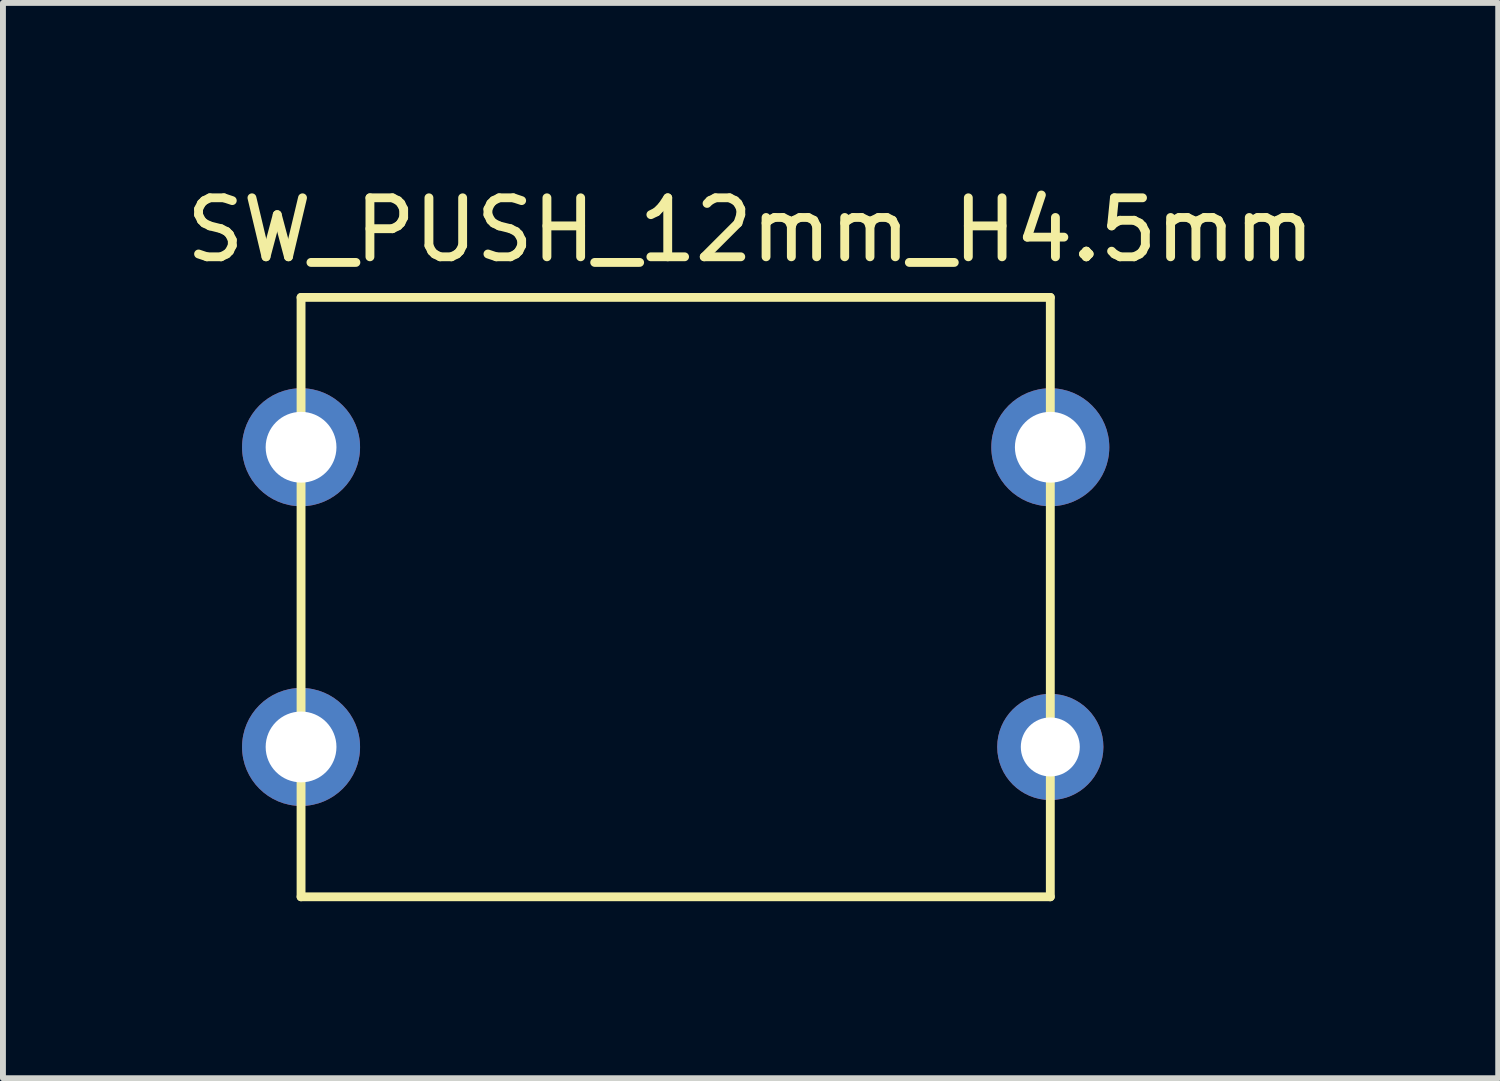
<source format=kicad_pcb>
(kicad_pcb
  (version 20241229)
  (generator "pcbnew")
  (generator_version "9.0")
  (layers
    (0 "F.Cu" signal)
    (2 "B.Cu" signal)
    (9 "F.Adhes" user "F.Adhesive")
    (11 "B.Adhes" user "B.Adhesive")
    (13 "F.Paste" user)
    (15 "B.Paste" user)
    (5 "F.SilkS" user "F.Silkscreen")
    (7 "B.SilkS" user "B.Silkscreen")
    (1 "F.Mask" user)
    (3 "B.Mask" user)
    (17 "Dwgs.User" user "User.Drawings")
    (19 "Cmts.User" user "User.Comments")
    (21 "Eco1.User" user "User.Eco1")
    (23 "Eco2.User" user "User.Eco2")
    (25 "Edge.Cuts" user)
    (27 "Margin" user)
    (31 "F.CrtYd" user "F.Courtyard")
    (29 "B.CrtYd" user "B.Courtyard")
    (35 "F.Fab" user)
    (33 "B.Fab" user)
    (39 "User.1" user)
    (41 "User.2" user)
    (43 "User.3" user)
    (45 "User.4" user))
  (footprint "SW_PUSH_12mm_H4.5mm"
    (layer "F.Cu")
    (at 9.673 7.071)
    (property "Reference" "SW_PUSH_12mm_H4.5mm" (at 0 -6.223 0) (layer "F.SilkS") (effects (font (size 1 1) (thickness 0.15))))
    (attr through_hole)
    (fp_line (start -7.62 -5.08) (end -7.62 5.08) (stroke (width 0.15) (type solid)) (layer "F.SilkS"))
    (fp_line (start -7.62 5.08) (end 5.08 5.08) (stroke (width 0.15) (type solid)) (layer "F.SilkS"))
    (fp_line (start 5.08 -5.08) (end -7.62 -5.08) (stroke (width 0.15) (type solid)) (layer "F.SilkS"))
    (fp_line (start 5.08 5.08) (end 5.08 -5.08) (stroke (width 0.15) (type solid)) (layer "F.SilkS"))
    (pad "1" thru_hole circle (at -7.62 2.54) (size 2 2) (drill 1.2) (layers "*.Cu" "*.Mask"))
    (pad "1" thru_hole circle (at 5.08 2.54) (size 1.8 1.8) (drill 1) (layers "*.Cu" "*.Mask"))
    (pad "2" thru_hole circle (at -7.62 -2.54) (size 2 2) (drill 1.2) (layers "*.Cu" "*.Mask"))
    (pad "2" thru_hole circle (at 5.08 -2.54) (size 2 2) (drill 1.2) (layers "*.Cu" "*.Mask")))
  (gr_rect
    (start -3 -3)
    (end 22.345 15.226)
    (stroke (width 0.1) (type default))
    (fill no)
    (layer "Edge.Cuts")))
</source>
